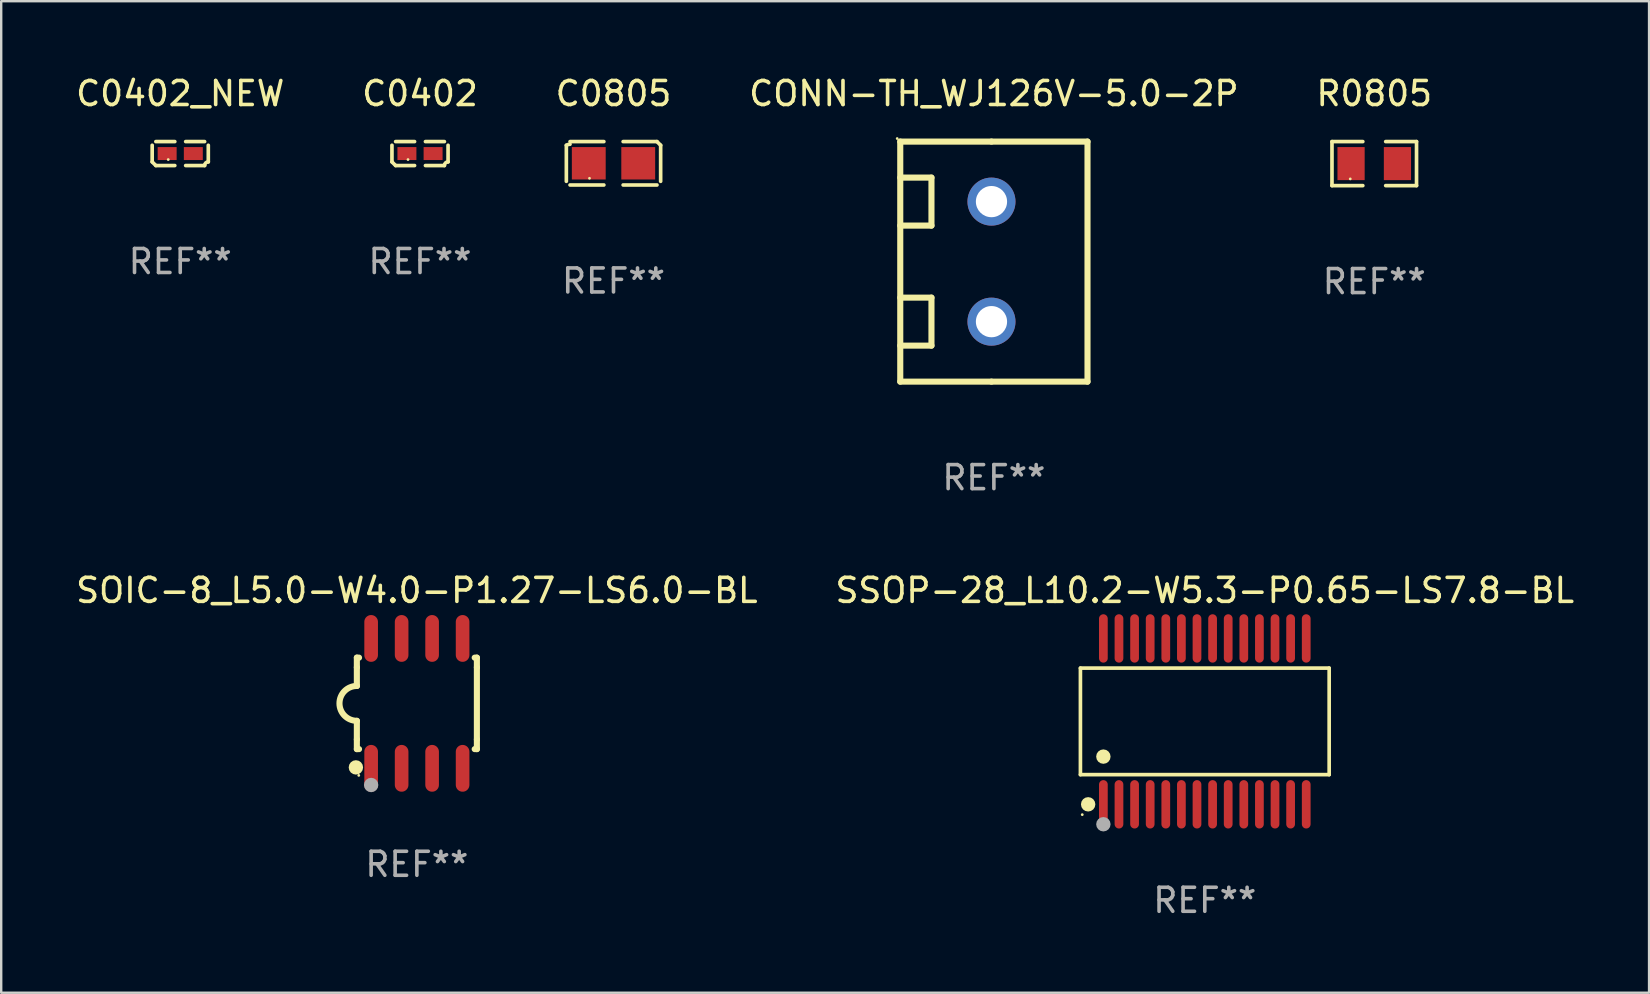
<source format=kicad_pcb>
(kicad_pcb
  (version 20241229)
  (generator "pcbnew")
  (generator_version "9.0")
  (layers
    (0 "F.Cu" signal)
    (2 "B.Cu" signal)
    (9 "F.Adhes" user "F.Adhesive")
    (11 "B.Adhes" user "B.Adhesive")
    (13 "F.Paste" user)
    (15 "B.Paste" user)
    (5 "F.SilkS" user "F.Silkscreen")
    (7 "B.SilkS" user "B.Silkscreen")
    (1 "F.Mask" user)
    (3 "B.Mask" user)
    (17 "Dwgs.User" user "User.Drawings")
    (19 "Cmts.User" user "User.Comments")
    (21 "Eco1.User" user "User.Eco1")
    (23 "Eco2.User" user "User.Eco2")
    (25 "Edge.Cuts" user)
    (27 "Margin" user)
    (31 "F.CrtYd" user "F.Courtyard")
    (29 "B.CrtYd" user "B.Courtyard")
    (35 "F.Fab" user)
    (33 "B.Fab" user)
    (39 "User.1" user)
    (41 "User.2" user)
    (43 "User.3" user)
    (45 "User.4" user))
  (footprint "CONN-TH_WJ126V-5.0-2P"
    (layer "F.Cu")
    (at 38.351 7.848)
    (property "Reference" "CONN-TH_WJ126V-5.0-2P" (at 0 -7 0) (layer "F.SilkS") (effects (font (size 1 1) (thickness 0.15))))
    (attr through_hole)
    (fp_line (start -3.9 -5) (end -0.1 -5) (stroke (width 0.254) (type solid)) (layer "F.SilkS"))
    (fp_line (start -3.9 -3.5) (end -2.6 -3.5) (stroke (width 0.254) (type solid)) (layer "F.SilkS"))
    (fp_line (start -3.9 1.5) (end -2.6 1.5) (stroke (width 0.254) (type solid)) (layer "F.SilkS"))
    (fp_line (start -3.9 5) (end -3.9 -5) (stroke (width 0.254) (type solid)) (layer "F.SilkS"))
    (fp_line (start -2.6 -3.5) (end -2.6 -1.5) (stroke (width 0.254) (type solid)) (layer "F.SilkS"))
    (fp_line (start -2.6 -1.5) (end -3.9 -1.5) (stroke (width 0.254) (type solid)) (layer "F.SilkS"))
    (fp_line (start -2.6 1.5) (end -2.6 3.5) (stroke (width 0.254) (type solid)) (layer "F.SilkS"))
    (fp_line (start -2.6 3.5) (end -3.9 3.5) (stroke (width 0.254) (type solid)) (layer "F.SilkS"))
    (fp_line (start -0.1 -5) (end 3.9 -5) (stroke (width 0.254) (type solid)) (layer "F.SilkS"))
    (fp_line (start -0.1 5) (end -3.9 5) (stroke (width 0.254) (type solid)) (layer "F.SilkS"))
    (fp_line (start 3.9 -5) (end 3.9 5) (stroke (width 0.254) (type solid)) (layer "F.SilkS"))
    (fp_line (start 3.9 5) (end -0.1 5) (stroke (width 0.254) (type solid)) (layer "F.SilkS"))
    (fp_circle (center -4.027 -5.127) (end -3.997 -5.127) (stroke (width 0.06) (type solid)) (fill no) (layer "F.SilkS"))
    (fp_text user "REF**" (at 0 9 0) (layer "F.Fab") (effects (font (size 1 1) (thickness 0.15))))
    (pad "1" thru_hole circle (at -0.1 -2.5) (size 2 2) (drill 1.3) (layers "*.Cu" "*.Mask"))
    (pad "2" thru_hole circle (at -0.1 2.501) (size 2 2) (drill 1.3) (layers "*.Cu" "*.Mask")))
  (footprint "C0402"
    (layer "F.Cu")
    (at 14.446 3.347)
    (property "Reference" "C0402" (at 0 -2.499 0) (layer "F.SilkS") (effects (font (size 1 1) (thickness 0.15))))
    (attr through_hole)
    (fp_line (start -1.169 0.346) (end -1.169 -0.346) (stroke (width 0.152) (type solid)) (layer "F.SilkS"))
    (fp_line (start -1.016 -0.499) (end -0.226 -0.499) (stroke (width 0.152) (type solid)) (layer "F.SilkS"))
    (fp_line (start -0.226 0.499) (end -1.016 0.499) (stroke (width 0.152) (type solid)) (layer "F.SilkS"))
    (fp_line (start 0.226 0.499) (end 1.016 0.499) (stroke (width 0.152) (type solid)) (layer "F.SilkS"))
    (fp_line (start 1.016 -0.499) (end 0.226 -0.499) (stroke (width 0.152) (type solid)) (layer "F.SilkS"))
    (fp_line (start 1.169 0.346) (end 1.169 -0.346) (stroke (width 0.152) (type solid)) (layer "F.SilkS"))
    (fp_arc (start -1.016307 0.498603) (mid -1.092512 0.422405) (end -1.16871 0.3462) (stroke (width 0.1524) (type solid)) (layer "F.SilkS"))
    (fp_arc (start 1.016307 0.498603) (mid 1.060899 0.390758) (end 1.168707 0.346076) (stroke (width 0.1524) (type solid)) (layer "F.SilkS"))
    (fp_circle (center -0.5 0.25) (end -0.47 0.25) (stroke (width 0.06) (type solid)) (fill no) (layer "F.SilkS"))
    (fp_text user "REF**" (at 0 4.499 0) (layer "F.Fab") (effects (font (size 1 1) (thickness 0.15))))
    (pad "1" smd rect (at -0.545 0) (size 0.79 0.54) (layers "F.Cu" "F.Mask" "F.Paste"))
    (pad "2" smd rect (at 0.545 0) (size 0.79 0.54) (layers "F.Cu" "F.Mask" "F.Paste")))
  (footprint "SSOP-28_L10.2-W5.3-P0.65-LS7.8-BL"
    (layer "F.Cu")
    (at 47.137 27)
    (property "Reference" "SSOP-28_L10.2-W5.3-P0.65-LS7.8-BL" (at 0 -5.455 0) (layer "F.SilkS") (effects (font (size 1 1) (thickness 0.15))))
    (attr through_hole)
    (fp_line (start -5.181 -2.219) (end 5.181 -2.219) (stroke (width 0.152) (type solid)) (layer "F.SilkS"))
    (fp_line (start -5.181 2.219) (end -5.181 -2.219) (stroke (width 0.152) (type solid)) (layer "F.SilkS"))
    (fp_line (start 5.181 -2.219) (end 5.181 2.219) (stroke (width 0.152) (type solid)) (layer "F.SilkS"))
    (fp_line (start 5.181 2.219) (end -5.181 2.219) (stroke (width 0.152) (type solid)) (layer "F.SilkS"))
    (fp_circle (center -5.105 3.885) (end -5.075 3.885) (stroke (width 0.06) (type solid)) (fill no) (layer "F.SilkS"))
    (fp_circle (center -4.859 3.455) (end -4.709 3.455) (stroke (width 0.3) (type solid)) (fill no) (layer "F.SilkS"))
    (fp_circle (center -4.225 1.467) (end -4.075 1.467) (stroke (width 0.3) (type solid)) (fill no) (layer "F.SilkS"))
    (fp_circle (center -4.225 4.285) (end -4.075 4.285) (stroke (width 0.3) (type solid)) (fill no) (layer "F.Fab"))
    (fp_text user "REF**" (at 0 7.455 0) (layer "F.Fab") (effects (font (size 1 1) (thickness 0.15))))
    (pad "1" smd oval (at -4.225 3.455) (size 0.364 2.015) (layers "F.Cu" "F.Mask" "F.Paste"))
    (pad "2" smd oval (at -3.575 3.455) (size 0.364 2.015) (layers "F.Cu" "F.Mask" "F.Paste"))
    (pad "3" smd oval (at -2.925 3.455) (size 0.364 2.015) (layers "F.Cu" "F.Mask" "F.Paste"))
    (pad "4" smd oval (at -2.275 3.455) (size 0.364 2.015) (layers "F.Cu" "F.Mask" "F.Paste"))
    (pad "5" smd oval (at -1.625 3.455) (size 0.364 2.015) (layers "F.Cu" "F.Mask" "F.Paste"))
    (pad "6" smd oval (at -0.975 3.455) (size 0.364 2.015) (layers "F.Cu" "F.Mask" "F.Paste"))
    (pad "7" smd oval (at -0.325 3.455) (size 0.364 2.015) (layers "F.Cu" "F.Mask" "F.Paste"))
    (pad "8" smd oval (at 0.325 3.455) (size 0.364 2.015) (layers "F.Cu" "F.Mask" "F.Paste"))
    (pad "9" smd oval (at 0.975 3.455) (size 0.364 2.015) (layers "F.Cu" "F.Mask" "F.Paste"))
    (pad "10" smd oval (at 1.625 3.455) (size 0.364 2.015) (layers "F.Cu" "F.Mask" "F.Paste"))
    (pad "11" smd oval (at 2.275 3.455) (size 0.364 2.015) (layers "F.Cu" "F.Mask" "F.Paste"))
    (pad "12" smd oval (at 2.925 3.455) (size 0.364 2.015) (layers "F.Cu" "F.Mask" "F.Paste"))
    (pad "13" smd oval (at 3.575 3.455) (size 0.364 2.015) (layers "F.Cu" "F.Mask" "F.Paste"))
    (pad "14" smd oval (at 4.225 3.455) (size 0.364 2.015) (layers "F.Cu" "F.Mask" "F.Paste"))
    (pad "15" smd oval (at 4.225 -3.455) (size 0.364 2.015) (layers "F.Cu" "F.Mask" "F.Paste"))
    (pad "16" smd oval (at 3.575 -3.455) (size 0.364 2.015) (layers "F.Cu" "F.Mask" "F.Paste"))
    (pad "17" smd oval (at 2.925 -3.455) (size 0.364 2.015) (layers "F.Cu" "F.Mask" "F.Paste"))
    (pad "18" smd oval (at 2.275 -3.455) (size 0.364 2.015) (layers "F.Cu" "F.Mask" "F.Paste"))
    (pad "19" smd oval (at 1.625 -3.455) (size 0.364 2.015) (layers "F.Cu" "F.Mask" "F.Paste"))
    (pad "20" smd oval (at 0.975 -3.455) (size 0.364 2.015) (layers "F.Cu" "F.Mask" "F.Paste"))
    (pad "21" smd oval (at 0.325 -3.455) (size 0.364 2.015) (layers "F.Cu" "F.Mask" "F.Paste"))
    (pad "22" smd oval (at -0.325 -3.455) (size 0.364 2.015) (layers "F.Cu" "F.Mask" "F.Paste"))
    (pad "23" smd oval (at -0.975 -3.455) (size 0.364 2.015) (layers "F.Cu" "F.Mask" "F.Paste"))
    (pad "24" smd oval (at -1.625 -3.455) (size 0.364 2.015) (layers "F.Cu" "F.Mask" "F.Paste"))
    (pad "25" smd oval (at -2.275 -3.455) (size 0.364 2.015) (layers "F.Cu" "F.Mask" "F.Paste"))
    (pad "26" smd oval (at -2.925 -3.455) (size 0.364 2.015) (layers "F.Cu" "F.Mask" "F.Paste"))
    (pad "27" smd oval (at -3.575 -3.455) (size 0.364 2.015) (layers "F.Cu" "F.Mask" "F.Paste"))
    (pad "28" smd oval (at -4.225 -3.455) (size 0.364 2.015) (layers "F.Cu" "F.Mask" "F.Paste")))
  (footprint "C0805"
    (layer "F.Cu")
    (at 22.506 3.752)
    (property "Reference" "C0805" (at 0 -2.904 0) (layer "F.SilkS") (effects (font (size 1 1) (thickness 0.15))))
    (attr through_hole)
    (fp_line (start -1.964 0.751) (end -1.964 -0.751) (stroke (width 0.152) (type solid)) (layer "F.SilkS"))
    (fp_line (start -1.811 -0.904) (end -0.401 -0.904) (stroke (width 0.152) (type solid)) (layer "F.SilkS"))
    (fp_line (start -0.401 0.904) (end -1.811 0.904) (stroke (width 0.152) (type solid)) (layer "F.SilkS"))
    (fp_line (start 0.401 0.904) (end 1.811 0.904) (stroke (width 0.152) (type solid)) (layer "F.SilkS"))
    (fp_line (start 1.811 -0.904) (end 0.401 -0.904) (stroke (width 0.152) (type solid)) (layer "F.SilkS"))
    (fp_line (start 1.964 0.751) (end 1.964 -0.751) (stroke (width 0.152) (type solid)) (layer "F.SilkS"))
    (fp_arc (start -1.963602 -0.751207) (mid -1.890354 -0.783131) (end -1.811201 -0.794044) (stroke (width 0.1524) (type solid)) (layer "F.SilkS"))
    (fp_arc (start 1.811202 -0.903607) (mid 1.887413 -0.827418) (end 1.963602 -0.751207) (stroke (width 0.1524) (type solid)) (layer "F.SilkS"))
    (fp_circle (center -1 0.625) (end -0.97 0.625) (stroke (width 0.06) (type solid)) (fill no) (layer "F.SilkS"))
    (fp_text user "REF**" (at 0 4.904 0) (layer "F.Fab") (effects (font (size 1 1) (thickness 0.15))))
    (pad "1" smd rect (at -1.03 0) (size 1.41 1.35) (layers "F.Cu" "F.Mask" "F.Paste"))
    (pad "2" smd rect (at 1.03 0) (size 1.41 1.35) (layers "F.Cu" "F.Mask" "F.Paste")))
  (footprint "R0805"
    (layer "F.Cu")
    (at 54.196 3.765)
    (property "Reference" "R0805" (at 0 -2.917 0) (layer "F.SilkS") (effects (font (size 1 1) (thickness 0.15))))
    (attr through_hole)
    (fp_line (start -1.761 -0.917) (end -0.476 -0.917) (stroke (width 0.152) (type solid)) (layer "F.SilkS"))
    (fp_line (start -1.761 0.917) (end -1.761 -0.917) (stroke (width 0.152) (type solid)) (layer "F.SilkS"))
    (fp_line (start -0.476 0.917) (end -1.761 0.917) (stroke (width 0.152) (type solid)) (layer "F.SilkS"))
    (fp_line (start 0.476 0.917) (end 1.761 0.917) (stroke (width 0.152) (type solid)) (layer "F.SilkS"))
    (fp_line (start 1.761 -0.917) (end 0.476 -0.917) (stroke (width 0.152) (type solid)) (layer "F.SilkS"))
    (fp_line (start 1.761 0.917) (end 1.761 -0.917) (stroke (width 0.152) (type solid)) (layer "F.SilkS"))
    (fp_circle (center -1 0.637) (end -0.97 0.637) (stroke (width 0.06) (type solid)) (fill no) (layer "F.SilkS"))
    (fp_text user "REF**" (at 0 4.917 0) (layer "F.Fab") (effects (font (size 1 1) (thickness 0.15))))
    (pad "1" smd rect (at -0.966 0) (size 1.133 1.377) (layers "F.Cu" "F.Mask" "F.Paste"))
    (pad "2" smd rect (at 0.966 0) (size 1.133 1.377) (layers "F.Cu" "F.Mask" "F.Paste")))
  (footprint "SOIC-8_L5.0-W4.0-P1.27-LS6.0-BL"
    (layer "F.Cu")
    (at 14.315 26.25)
    (property "Reference" "SOIC-8_L5.0-W4.0-P1.27-LS6.0-BL" (at 0 -4.705 0) (layer "F.SilkS") (effects (font (size 1 1) (thickness 0.15))))
    (attr through_hole)
    (fp_line (start -2.5 -1.905) (end -2.409 -1.905) (stroke (width 0.254) (type solid)) (layer "F.SilkS"))
    (fp_line (start -2.5 -1.5) (end -2.5 -1.905) (stroke (width 0.254) (type solid)) (layer "F.SilkS"))
    (fp_line (start -2.5 -1.5) (end -2.5 -0.726) (stroke (width 0.254) (type solid)) (layer "F.SilkS"))
    (fp_line (start -2.5 1.5) (end -2.5 0.727) (stroke (width 0.254) (type solid)) (layer "F.SilkS"))
    (fp_line (start -2.5 1.5) (end -2.5 1.905) (stroke (width 0.254) (type solid)) (layer "F.SilkS"))
    (fp_line (start -2.5 1.905) (end -2.409 1.905) (stroke (width 0.254) (type solid)) (layer "F.SilkS"))
    (fp_line (start 2.5 -1.905) (end 2.409 -1.905) (stroke (width 0.254) (type solid)) (layer "F.SilkS"))
    (fp_line (start 2.5 -1.5) (end 2.5 -1.905) (stroke (width 0.254) (type solid)) (layer "F.SilkS"))
    (fp_line (start 2.5 -1.5) (end 2.5 1.5) (stroke (width 0.254) (type solid)) (layer "F.SilkS"))
    (fp_line (start 2.5 1.5) (end 2.5 1.905) (stroke (width 0.254) (type solid)) (layer "F.SilkS"))
    (fp_line (start 2.5 1.905) (end 2.409 1.905) (stroke (width 0.254) (type solid)) (layer "F.SilkS"))
    (fp_arc (start -2.5 0.726568) (mid -3.220316 -0.0023) (end -2.495097 -0.726289) (stroke (width 0.254001) (type solid)) (layer "F.SilkS"))
    (fp_circle (center -2.54 2.667) (end -2.39 2.667) (stroke (width 0.3) (type solid)) (fill no) (layer "F.SilkS"))
    (fp_circle (center -2.42 3) (end -2.39 3) (stroke (width 0.06) (type solid)) (fill no) (layer "F.SilkS"))
    (fp_circle (center -1.905 3.4) (end -1.755 3.4) (stroke (width 0.3) (type solid)) (fill no) (layer "F.Fab"))
    (fp_text user "REF**" (at 0 6.705 0) (layer "F.Fab") (effects (font (size 1 1) (thickness 0.15))))
    (pad "1" smd oval (at -1.905 2.705) (size 0.568 1.95) (layers "F.Cu" "F.Mask" "F.Paste"))
    (pad "2" smd oval (at -0.635 2.705) (size 0.568 1.95) (layers "F.Cu" "F.Mask" "F.Paste"))
    (pad "3" smd oval (at 0.635 2.705) (size 0.568 1.95) (layers "F.Cu" "F.Mask" "F.Paste"))
    (pad "4" smd oval (at 1.905 2.705) (size 0.568 1.95) (layers "F.Cu" "F.Mask" "F.Paste"))
    (pad "5" smd oval (at 1.905 -2.705) (size 0.568 1.95) (layers "F.Cu" "F.Mask" "F.Paste"))
    (pad "6" smd oval (at 0.635 -2.705) (size 0.568 1.95) (layers "F.Cu" "F.Mask" "F.Paste"))
    (pad "7" smd oval (at -0.635 -2.705) (size 0.568 1.95) (layers "F.Cu" "F.Mask" "F.Paste"))
    (pad "8" smd oval (at -1.905 -2.705) (size 0.568 1.95) (layers "F.Cu" "F.Mask" "F.Paste")))
  (footprint "C0402_NEW"
    (layer "F.Cu")
    (at 4.458 3.347)
    (property "Reference" "C0402_NEW" (at 0 -2.499 0) (layer "F.SilkS") (effects (font (size 1 1) (thickness 0.15))))
    (attr through_hole)
    (fp_line (start -1.169 0.346) (end -1.169 -0.346) (stroke (width 0.152) (type solid)) (layer "F.SilkS"))
    (fp_line (start -1.016 -0.499) (end -0.226 -0.499) (stroke (width 0.152) (type solid)) (layer "F.SilkS"))
    (fp_line (start -0.226 0.499) (end -1.016 0.499) (stroke (width 0.152) (type solid)) (layer "F.SilkS"))
    (fp_line (start 0.226 0.499) (end 1.016 0.499) (stroke (width 0.152) (type solid)) (layer "F.SilkS"))
    (fp_line (start 1.016 -0.499) (end 0.226 -0.499) (stroke (width 0.152) (type solid)) (layer "F.SilkS"))
    (fp_line (start 1.169 0.346) (end 1.169 -0.346) (stroke (width 0.152) (type solid)) (layer "F.SilkS"))
    (fp_arc (start -1.016307 0.498603) (mid -1.092512 0.422405) (end -1.16871 0.3462) (stroke (width 0.1524) (type solid)) (layer "F.SilkS"))
    (fp_arc (start 1.016307 0.498603) (mid 1.060899 0.390758) (end 1.168707 0.346076) (stroke (width 0.1524) (type solid)) (layer "F.SilkS"))
    (fp_circle (center -0.5 0.25) (end -0.47 0.25) (stroke (width 0.06) (type solid)) (fill no) (layer "F.SilkS"))
    (fp_text user "REF**" (at 0 4.499 0) (layer "F.Fab") (effects (font (size 1 1) (thickness 0.15))))
    (pad "1" smd rect (at -0.545 0) (size 0.79 0.54) (layers "F.Cu" "F.Mask" "F.Paste"))
    (pad "2" smd rect (at 0.545 0) (size 0.79 0.54) (layers "F.Cu" "F.Mask" "F.Paste")))
  (gr_rect
    (start -3 -3)
    (end 65.643 38.304)
    (stroke (width 0.1) (type default))
    (fill no)
    (layer "Edge.Cuts")))
</source>
